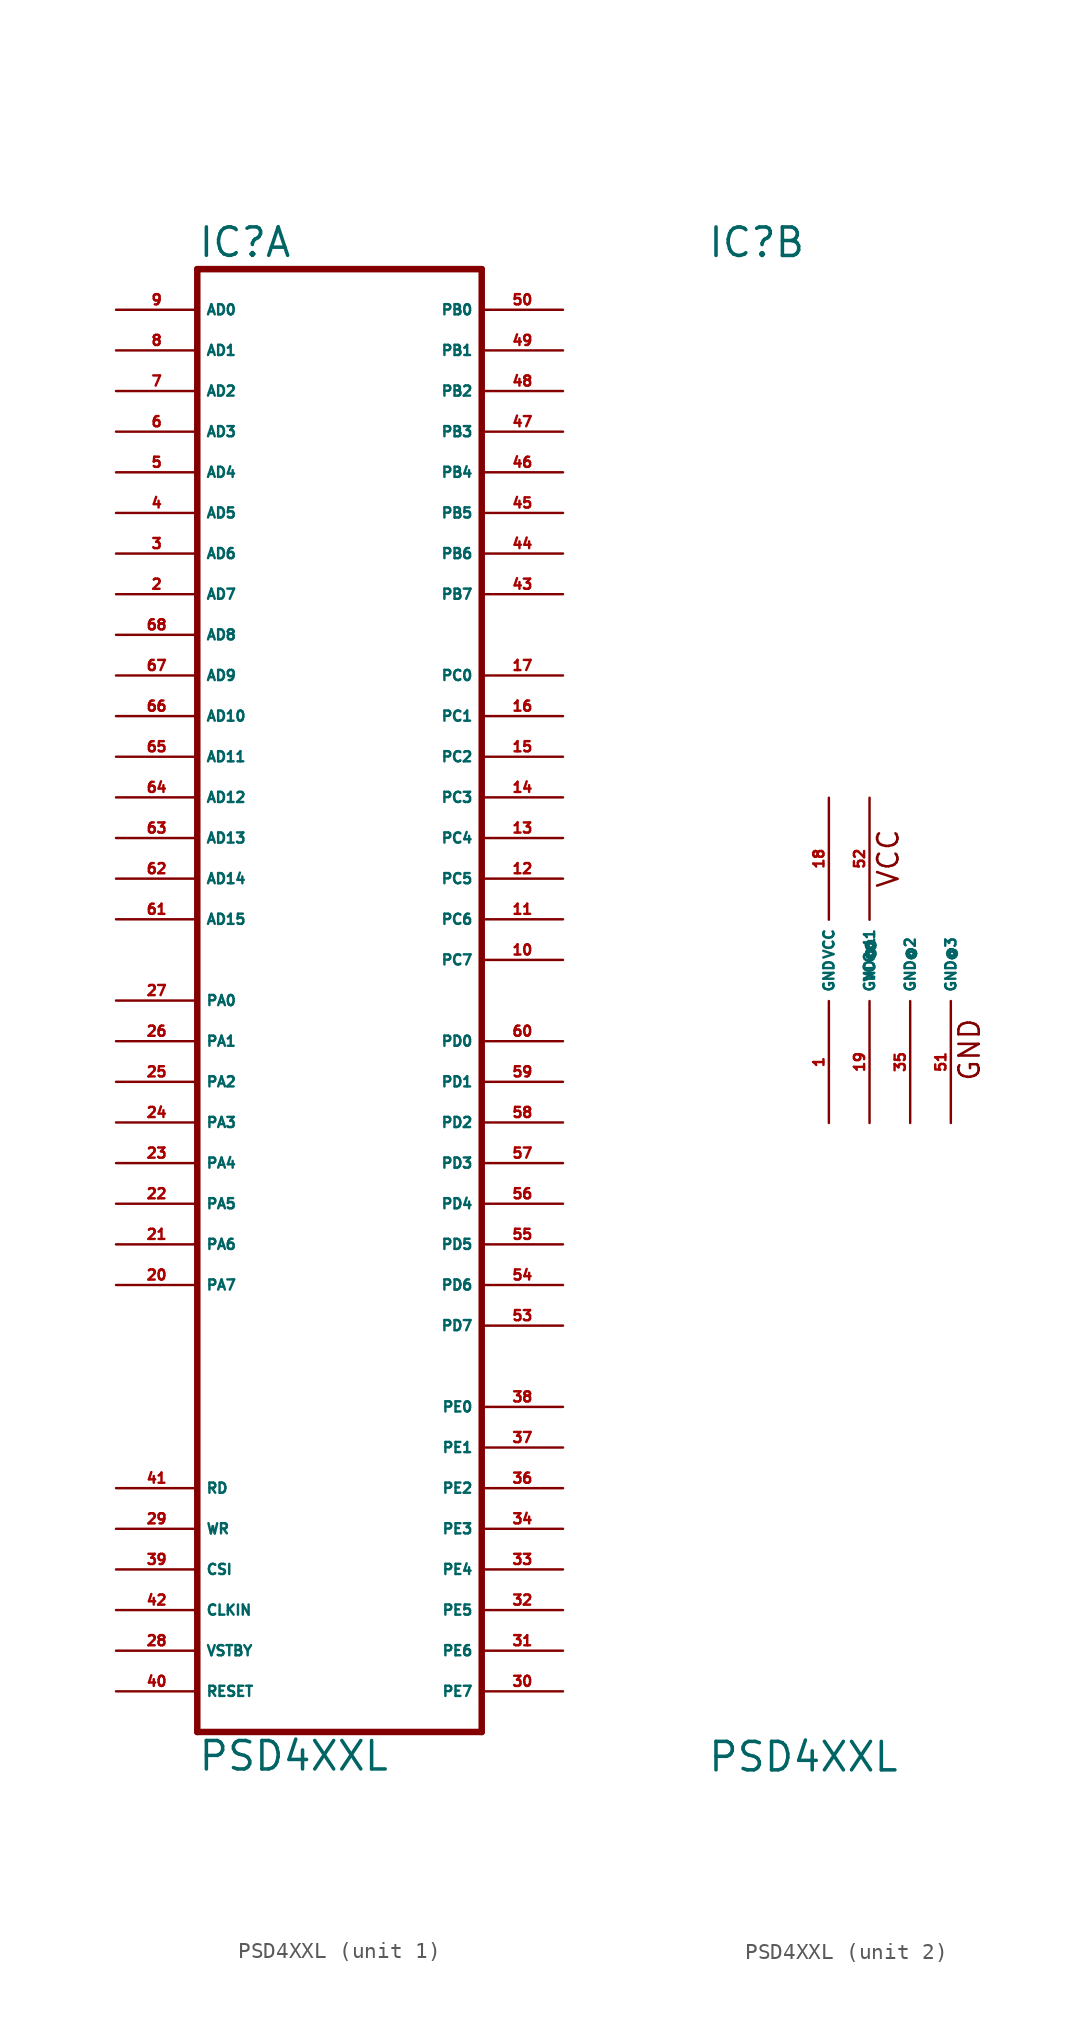
<source format=kicad_sym>
(kicad_symbol_lib
  (version 20220914)
  (generator Eagle2Kicad)
  (symbol "PSD4XXL"
    (property "Reference" "IC"
      (at -7.62 43.815 0)
      (effects (font (size 1.778 1.778) (thickness 0.22)) (justify left bottom)))
    (property "Value" "PSD4XXL"
      (at -7.62 -50.8 0)
      (effects (font (size 1.778 1.778) (thickness 0.22)) (justify left bottom)))
    (symbol "PSD4XXL_1_0"
      (polyline (pts (xy 10.16 -48.26) (xy -7.62 -48.26)) (stroke (width 0.406) (type default)) (fill (type none)))
      (polyline (pts (xy -7.62 -48.26) (xy -7.62 43.18)) (stroke (width 0.406) (type default)) (fill (type none)))
      (polyline (pts (xy -7.62 43.18) (xy 10.16 43.18)) (stroke (width 0.406) (type default)) (fill (type none)))
      (polyline (pts (xy 10.16 43.18) (xy 10.16 -48.26)) (stroke (width 0.406) (type default)) (fill (type none)))
      (pin input line (at -12.7 -45.72 0) (length 5.08) (name "RESET" (effects (font (size 0.635 0.635) (thickness 0.08)) (justify left bottom))) (number "40" (effects (font (size 0.635 0.635) (thickness 0.08)) (justify left bottom))))
      (pin input line (at -12.7 -40.64 0) (length 5.08) (name "CLKIN" (effects (font (size 0.635 0.635) (thickness 0.08)) (justify left bottom))) (number "42" (effects (font (size 0.635 0.635) (thickness 0.08)) (justify left bottom))))
      (pin input line (at -12.7 -38.1 0) (length 5.08) (name "CSI" (effects (font (size 0.635 0.635) (thickness 0.08)) (justify left bottom))) (number "39" (effects (font (size 0.635 0.635) (thickness 0.08)) (justify left bottom))))
      (pin input line (at -12.7 -35.56 0) (length 5.08) (name "WR" (effects (font (size 0.635 0.635) (thickness 0.08)) (justify left bottom))) (number "29" (effects (font (size 0.635 0.635) (thickness 0.08)) (justify left bottom))))
      (pin input line (at -12.7 -33.02 0) (length 5.08) (name "RD" (effects (font (size 0.635 0.635) (thickness 0.08)) (justify left bottom))) (number "41" (effects (font (size 0.635 0.635) (thickness 0.08)) (justify left bottom))))
      (pin input line (at -12.7 -43.18 0) (length 5.08) (name "VSTBY" (effects (font (size 0.635 0.635) (thickness 0.08)) (justify left bottom))) (number "28" (effects (font (size 0.635 0.635) (thickness 0.08)) (justify left bottom))))
      (pin bidirectional line (at -12.7 40.64 0) (length 5.08) (name "AD0" (effects (font (size 0.635 0.635) (thickness 0.08)) (justify left bottom))) (number "9" (effects (font (size 0.635 0.635) (thickness 0.08)) (justify left bottom))))
      (pin bidirectional line (at -12.7 38.1 0) (length 5.08) (name "AD1" (effects (font (size 0.635 0.635) (thickness 0.08)) (justify left bottom))) (number "8" (effects (font (size 0.635 0.635) (thickness 0.08)) (justify left bottom))))
      (pin bidirectional line (at -12.7 35.56 0) (length 5.08) (name "AD2" (effects (font (size 0.635 0.635) (thickness 0.08)) (justify left bottom))) (number "7" (effects (font (size 0.635 0.635) (thickness 0.08)) (justify left bottom))))
      (pin bidirectional line (at -12.7 33.02 0) (length 5.08) (name "AD3" (effects (font (size 0.635 0.635) (thickness 0.08)) (justify left bottom))) (number "6" (effects (font (size 0.635 0.635) (thickness 0.08)) (justify left bottom))))
      (pin bidirectional line (at -12.7 30.48 0) (length 5.08) (name "AD4" (effects (font (size 0.635 0.635) (thickness 0.08)) (justify left bottom))) (number "5" (effects (font (size 0.635 0.635) (thickness 0.08)) (justify left bottom))))
      (pin bidirectional line (at -12.7 27.94 0) (length 5.08) (name "AD5" (effects (font (size 0.635 0.635) (thickness 0.08)) (justify left bottom))) (number "4" (effects (font (size 0.635 0.635) (thickness 0.08)) (justify left bottom))))
      (pin bidirectional line (at -12.7 25.4 0) (length 5.08) (name "AD6" (effects (font (size 0.635 0.635) (thickness 0.08)) (justify left bottom))) (number "3" (effects (font (size 0.635 0.635) (thickness 0.08)) (justify left bottom))))
      (pin bidirectional line (at -12.7 22.86 0) (length 5.08) (name "AD7" (effects (font (size 0.635 0.635) (thickness 0.08)) (justify left bottom))) (number "2" (effects (font (size 0.635 0.635) (thickness 0.08)) (justify left bottom))))
      (pin bidirectional line (at -12.7 20.32 0) (length 5.08) (name "AD8" (effects (font (size 0.635 0.635) (thickness 0.08)) (justify left bottom))) (number "68" (effects (font (size 0.635 0.635) (thickness 0.08)) (justify left bottom))))
      (pin bidirectional line (at -12.7 17.78 0) (length 5.08) (name "AD9" (effects (font (size 0.635 0.635) (thickness 0.08)) (justify left bottom))) (number "67" (effects (font (size 0.635 0.635) (thickness 0.08)) (justify left bottom))))
      (pin bidirectional line (at -12.7 15.24 0) (length 5.08) (name "AD10" (effects (font (size 0.635 0.635) (thickness 0.08)) (justify left bottom))) (number "66" (effects (font (size 0.635 0.635) (thickness 0.08)) (justify left bottom))))
      (pin bidirectional line (at -12.7 12.7 0) (length 5.08) (name "AD11" (effects (font (size 0.635 0.635) (thickness 0.08)) (justify left bottom))) (number "65" (effects (font (size 0.635 0.635) (thickness 0.08)) (justify left bottom))))
      (pin bidirectional line (at -12.7 10.16 0) (length 5.08) (name "AD12" (effects (font (size 0.635 0.635) (thickness 0.08)) (justify left bottom))) (number "64" (effects (font (size 0.635 0.635) (thickness 0.08)) (justify left bottom))))
      (pin bidirectional line (at -12.7 7.62 0) (length 5.08) (name "AD13" (effects (font (size 0.635 0.635) (thickness 0.08)) (justify left bottom))) (number "63" (effects (font (size 0.635 0.635) (thickness 0.08)) (justify left bottom))))
      (pin bidirectional line (at -12.7 5.08 0) (length 5.08) (name "AD14" (effects (font (size 0.635 0.635) (thickness 0.08)) (justify left bottom))) (number "62" (effects (font (size 0.635 0.635) (thickness 0.08)) (justify left bottom))))
      (pin bidirectional line (at -12.7 2.54 0) (length 5.08) (name "AD15" (effects (font (size 0.635 0.635) (thickness 0.08)) (justify left bottom))) (number "61" (effects (font (size 0.635 0.635) (thickness 0.08)) (justify left bottom))))
      (pin bidirectional line (at -12.7 -2.54 0) (length 5.08) (name "PA0" (effects (font (size 0.635 0.635) (thickness 0.08)) (justify left bottom))) (number "27" (effects (font (size 0.635 0.635) (thickness 0.08)) (justify left bottom))))
      (pin bidirectional line (at -12.7 -5.08 0) (length 5.08) (name "PA1" (effects (font (size 0.635 0.635) (thickness 0.08)) (justify left bottom))) (number "26" (effects (font (size 0.635 0.635) (thickness 0.08)) (justify left bottom))))
      (pin bidirectional line (at -12.7 -7.62 0) (length 5.08) (name "PA2" (effects (font (size 0.635 0.635) (thickness 0.08)) (justify left bottom))) (number "25" (effects (font (size 0.635 0.635) (thickness 0.08)) (justify left bottom))))
      (pin bidirectional line (at -12.7 -10.16 0) (length 5.08) (name "PA3" (effects (font (size 0.635 0.635) (thickness 0.08)) (justify left bottom))) (number "24" (effects (font (size 0.635 0.635) (thickness 0.08)) (justify left bottom))))
      (pin bidirectional line (at -12.7 -12.7 0) (length 5.08) (name "PA4" (effects (font (size 0.635 0.635) (thickness 0.08)) (justify left bottom))) (number "23" (effects (font (size 0.635 0.635) (thickness 0.08)) (justify left bottom))))
      (pin bidirectional line (at -12.7 -15.24 0) (length 5.08) (name "PA5" (effects (font (size 0.635 0.635) (thickness 0.08)) (justify left bottom))) (number "22" (effects (font (size 0.635 0.635) (thickness 0.08)) (justify left bottom))))
      (pin bidirectional line (at -12.7 -17.78 0) (length 5.08) (name "PA6" (effects (font (size 0.635 0.635) (thickness 0.08)) (justify left bottom))) (number "21" (effects (font (size 0.635 0.635) (thickness 0.08)) (justify left bottom))))
      (pin bidirectional line (at -12.7 -20.32 0) (length 5.08) (name "PA7" (effects (font (size 0.635 0.635) (thickness 0.08)) (justify left bottom))) (number "20" (effects (font (size 0.635 0.635) (thickness 0.08)) (justify left bottom))))
      (pin bidirectional line (at 15.24 40.64 180) (length 5.08) (name "PB0" (effects (font (size 0.635 0.635) (thickness 0.08)) (justify left bottom))) (number "50" (effects (font (size 0.635 0.635) (thickness 0.08)) (justify left bottom))))
      (pin bidirectional line (at 15.24 38.1 180) (length 5.08) (name "PB1" (effects (font (size 0.635 0.635) (thickness 0.08)) (justify left bottom))) (number "49" (effects (font (size 0.635 0.635) (thickness 0.08)) (justify left bottom))))
      (pin bidirectional line (at 15.24 35.56 180) (length 5.08) (name "PB2" (effects (font (size 0.635 0.635) (thickness 0.08)) (justify left bottom))) (number "48" (effects (font (size 0.635 0.635) (thickness 0.08)) (justify left bottom))))
      (pin bidirectional line (at 15.24 33.02 180) (length 5.08) (name "PB3" (effects (font (size 0.635 0.635) (thickness 0.08)) (justify left bottom))) (number "47" (effects (font (size 0.635 0.635) (thickness 0.08)) (justify left bottom))))
      (pin bidirectional line (at 15.24 30.48 180) (length 5.08) (name "PB4" (effects (font (size 0.635 0.635) (thickness 0.08)) (justify left bottom))) (number "46" (effects (font (size 0.635 0.635) (thickness 0.08)) (justify left bottom))))
      (pin bidirectional line (at 15.24 27.94 180) (length 5.08) (name "PB5" (effects (font (size 0.635 0.635) (thickness 0.08)) (justify left bottom))) (number "45" (effects (font (size 0.635 0.635) (thickness 0.08)) (justify left bottom))))
      (pin bidirectional line (at 15.24 25.4 180) (length 5.08) (name "PB6" (effects (font (size 0.635 0.635) (thickness 0.08)) (justify left bottom))) (number "44" (effects (font (size 0.635 0.635) (thickness 0.08)) (justify left bottom))))
      (pin bidirectional line (at 15.24 22.86 180) (length 5.08) (name "PB7" (effects (font (size 0.635 0.635) (thickness 0.08)) (justify left bottom))) (number "43" (effects (font (size 0.635 0.635) (thickness 0.08)) (justify left bottom))))
      (pin bidirectional line (at 15.24 17.78 180) (length 5.08) (name "PC0" (effects (font (size 0.635 0.635) (thickness 0.08)) (justify left bottom))) (number "17" (effects (font (size 0.635 0.635) (thickness 0.08)) (justify left bottom))))
      (pin bidirectional line (at 15.24 15.24 180) (length 5.08) (name "PC1" (effects (font (size 0.635 0.635) (thickness 0.08)) (justify left bottom))) (number "16" (effects (font (size 0.635 0.635) (thickness 0.08)) (justify left bottom))))
      (pin bidirectional line (at 15.24 12.7 180) (length 5.08) (name "PC2" (effects (font (size 0.635 0.635) (thickness 0.08)) (justify left bottom))) (number "15" (effects (font (size 0.635 0.635) (thickness 0.08)) (justify left bottom))))
      (pin bidirectional line (at 15.24 10.16 180) (length 5.08) (name "PC3" (effects (font (size 0.635 0.635) (thickness 0.08)) (justify left bottom))) (number "14" (effects (font (size 0.635 0.635) (thickness 0.08)) (justify left bottom))))
      (pin bidirectional line (at 15.24 7.62 180) (length 5.08) (name "PC4" (effects (font (size 0.635 0.635) (thickness 0.08)) (justify left bottom))) (number "13" (effects (font (size 0.635 0.635) (thickness 0.08)) (justify left bottom))))
      (pin bidirectional line (at 15.24 5.08 180) (length 5.08) (name "PC5" (effects (font (size 0.635 0.635) (thickness 0.08)) (justify left bottom))) (number "12" (effects (font (size 0.635 0.635) (thickness 0.08)) (justify left bottom))))
      (pin bidirectional line (at 15.24 2.54 180) (length 5.08) (name "PC6" (effects (font (size 0.635 0.635) (thickness 0.08)) (justify left bottom))) (number "11" (effects (font (size 0.635 0.635) (thickness 0.08)) (justify left bottom))))
      (pin bidirectional line (at 15.24 0 180) (length 5.08) (name "PC7" (effects (font (size 0.635 0.635) (thickness 0.08)) (justify left bottom))) (number "10" (effects (font (size 0.635 0.635) (thickness 0.08)) (justify left bottom))))
      (pin bidirectional line (at 15.24 -5.08 180) (length 5.08) (name "PD0" (effects (font (size 0.635 0.635) (thickness 0.08)) (justify left bottom))) (number "60" (effects (font (size 0.635 0.635) (thickness 0.08)) (justify left bottom))))
      (pin bidirectional line (at 15.24 -7.62 180) (length 5.08) (name "PD1" (effects (font (size 0.635 0.635) (thickness 0.08)) (justify left bottom))) (number "59" (effects (font (size 0.635 0.635) (thickness 0.08)) (justify left bottom))))
      (pin bidirectional line (at 15.24 -10.16 180) (length 5.08) (name "PD2" (effects (font (size 0.635 0.635) (thickness 0.08)) (justify left bottom))) (number "58" (effects (font (size 0.635 0.635) (thickness 0.08)) (justify left bottom))))
      (pin bidirectional line (at 15.24 -12.7 180) (length 5.08) (name "PD3" (effects (font (size 0.635 0.635) (thickness 0.08)) (justify left bottom))) (number "57" (effects (font (size 0.635 0.635) (thickness 0.08)) (justify left bottom))))
      (pin bidirectional line (at 15.24 -15.24 180) (length 5.08) (name "PD4" (effects (font (size 0.635 0.635) (thickness 0.08)) (justify left bottom))) (number "56" (effects (font (size 0.635 0.635) (thickness 0.08)) (justify left bottom))))
      (pin bidirectional line (at 15.24 -17.78 180) (length 5.08) (name "PD5" (effects (font (size 0.635 0.635) (thickness 0.08)) (justify left bottom))) (number "55" (effects (font (size 0.635 0.635) (thickness 0.08)) (justify left bottom))))
      (pin bidirectional line (at 15.24 -20.32 180) (length 5.08) (name "PD6" (effects (font (size 0.635 0.635) (thickness 0.08)) (justify left bottom))) (number "54" (effects (font (size 0.635 0.635) (thickness 0.08)) (justify left bottom))))
      (pin bidirectional line (at 15.24 -22.86 180) (length 5.08) (name "PD7" (effects (font (size 0.635 0.635) (thickness 0.08)) (justify left bottom))) (number "53" (effects (font (size 0.635 0.635) (thickness 0.08)) (justify left bottom))))
      (pin bidirectional line (at 15.24 -27.94 180) (length 5.08) (name "PE0" (effects (font (size 0.635 0.635) (thickness 0.08)) (justify left bottom))) (number "38" (effects (font (size 0.635 0.635) (thickness 0.08)) (justify left bottom))))
      (pin bidirectional line (at 15.24 -30.48 180) (length 5.08) (name "PE1" (effects (font (size 0.635 0.635) (thickness 0.08)) (justify left bottom))) (number "37" (effects (font (size 0.635 0.635) (thickness 0.08)) (justify left bottom))))
      (pin bidirectional line (at 15.24 -33.02 180) (length 5.08) (name "PE2" (effects (font (size 0.635 0.635) (thickness 0.08)) (justify left bottom))) (number "36" (effects (font (size 0.635 0.635) (thickness 0.08)) (justify left bottom))))
      (pin bidirectional line (at 15.24 -35.56 180) (length 5.08) (name "PE3" (effects (font (size 0.635 0.635) (thickness 0.08)) (justify left bottom))) (number "34" (effects (font (size 0.635 0.635) (thickness 0.08)) (justify left bottom))))
      (pin bidirectional line (at 15.24 -38.1 180) (length 5.08) (name "PE4" (effects (font (size 0.635 0.635) (thickness 0.08)) (justify left bottom))) (number "33" (effects (font (size 0.635 0.635) (thickness 0.08)) (justify left bottom))))
      (pin bidirectional line (at 15.24 -40.64 180) (length 5.08) (name "PE5" (effects (font (size 0.635 0.635) (thickness 0.08)) (justify left bottom))) (number "32" (effects (font (size 0.635 0.635) (thickness 0.08)) (justify left bottom))))
      (pin bidirectional line (at 15.24 -43.18 180) (length 5.08) (name "PE6" (effects (font (size 0.635 0.635) (thickness 0.08)) (justify left bottom))) (number "31" (effects (font (size 0.635 0.635) (thickness 0.08)) (justify left bottom))))
      (pin bidirectional line (at 15.24 -45.72 180) (length 5.08) (name "PE7" (effects (font (size 0.635 0.635) (thickness 0.08)) (justify left bottom))) (number "30" (effects (font (size 0.635 0.635) (thickness 0.08)) (justify left bottom)))))
    (symbol "PSD4XXL_2_0"
      (text "VCC" (at 4.445 4.445 900) (effects (font (size 1.27 1.27) (thickness 0.16)) (justify left bottom)))
      (text "GND" (at 9.525 -7.62 900) (effects (font (size 1.27 1.27) (thickness 0.16)) (justify left bottom)))
      (pin unspecified line (at 0 10.16 270) (length 7.62) (name "VCC" (effects (font (size 0.635 0.635) (thickness 0.08)) (justify left bottom))) (number "18" (effects (font (size 0.635 0.635) (thickness 0.08)) (justify left bottom))))
      (pin unspecified line (at 0 -10.16 90) (length 7.62) (name "GND" (effects (font (size 0.635 0.635) (thickness 0.08)) (justify left bottom))) (number "1" (effects (font (size 0.635 0.635) (thickness 0.08)) (justify left bottom))))
      (pin unspecified line (at 2.54 -10.16 90) (length 7.62) (name "GND@1" (effects (font (size 0.635 0.635) (thickness 0.08)) (justify left bottom))) (number "19" (effects (font (size 0.635 0.635) (thickness 0.08)) (justify left bottom))))
      (pin unspecified line (at 2.54 10.16 270) (length 7.62) (name "VCC@1" (effects (font (size 0.635 0.635) (thickness 0.08)) (justify left bottom))) (number "52" (effects (font (size 0.635 0.635) (thickness 0.08)) (justify left bottom))))
      (pin unspecified line (at 5.08 -10.16 90) (length 7.62) (name "GND@2" (effects (font (size 0.635 0.635) (thickness 0.08)) (justify left bottom))) (number "35" (effects (font (size 0.635 0.635) (thickness 0.08)) (justify left bottom))))
      (pin unspecified line (at 7.62 -10.16 90) (length 7.62) (name "GND@3" (effects (font (size 0.635 0.635) (thickness 0.08)) (justify left bottom))) (number "51" (effects (font (size 0.635 0.635) (thickness 0.08)) (justify left bottom)))))))
</source>
